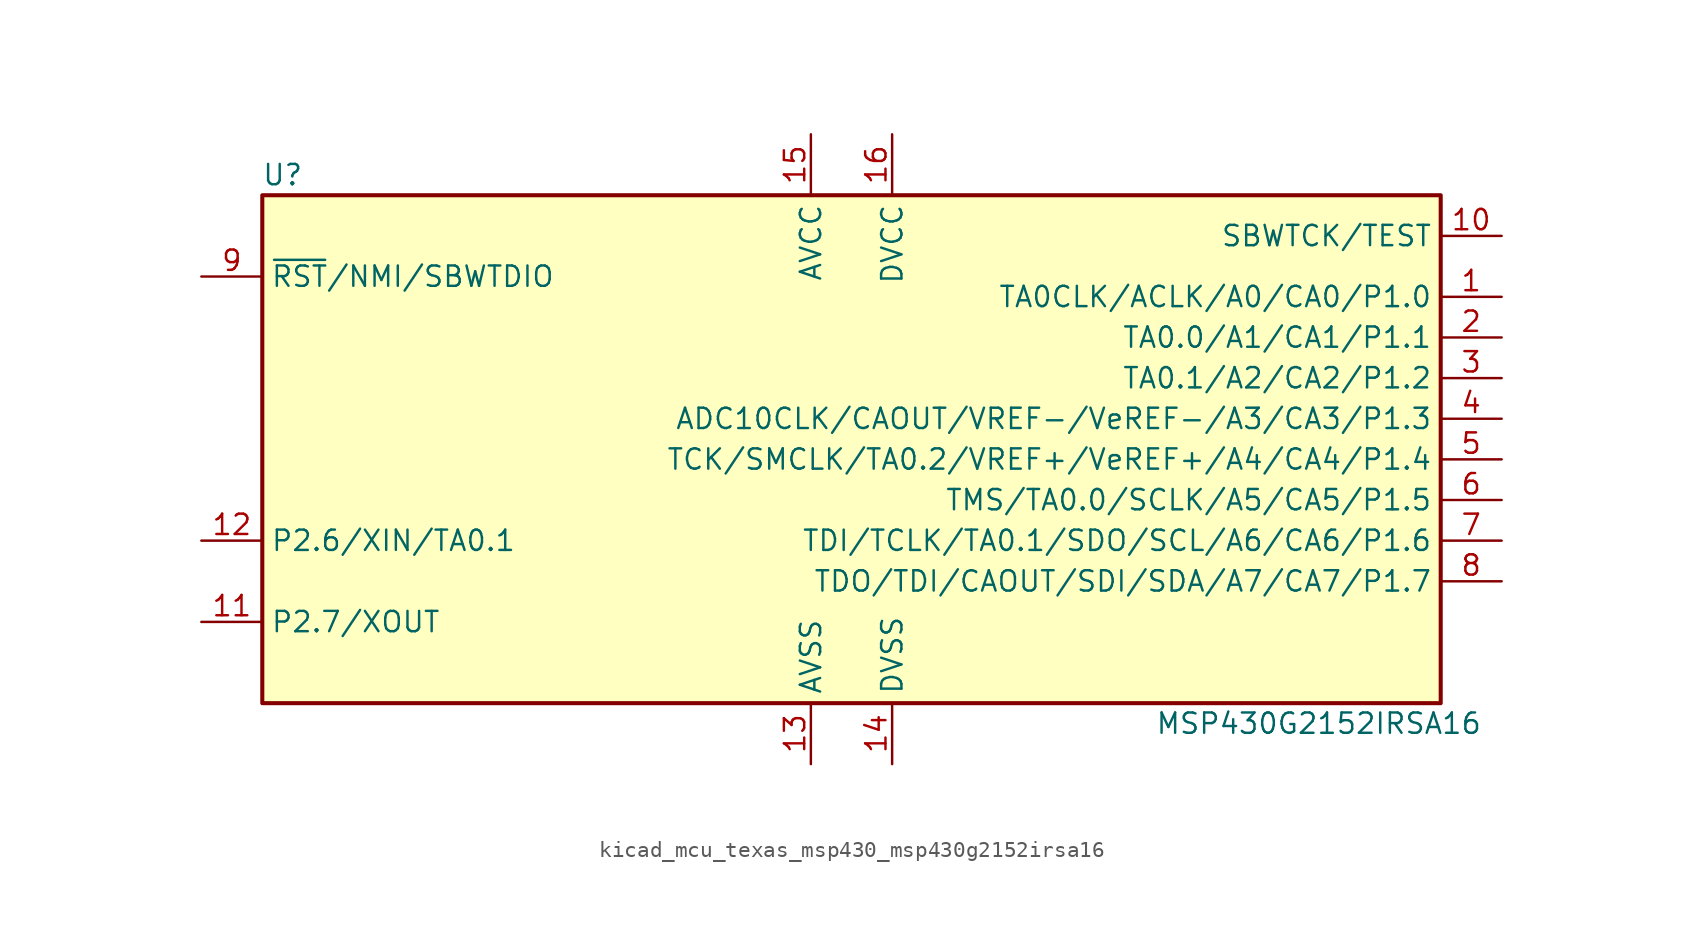
<source format=kicad_sym>
(kicad_symbol_lib
  (version 20220914)
  (generator kicad_symbol_editor)
  (symbol "kicad_mcu_texas_msp430_msp430g2152irsa16"
    (property "Reference" "U"
      (at -35.56 17.78 0)
      (effects (font (size 1.27 1.27))))
    (property "Value" "MSP430G2152IRSA16"
      (at 29.21 -16.51 0)
      (effects (font (size 1.27 1.27))))
    (symbol "kicad_mcu_texas_msp430_msp430g2152irsa16_0_1"
      (rectangle (start -36.83 16.51) (end 36.83 -15.24) (stroke (width 0.254) (type default)) (fill (type background))))
    (symbol "kicad_mcu_texas_msp430_msp430g2152irsa16_1_1"
      (pin bidirectional line (at 40.64 10.16 180) (length 3.81) (name "TA0CLK/ACLK/A0/CA0/P1.0" (effects (font (size 1.27 1.27)))) (number "1" (effects (font (size 1.27 1.27)))))
      (pin input line (at 40.64 13.97 180) (length 3.81) (name "SBWTCK/TEST" (effects (font (size 1.27 1.27)))) (number "10" (effects (font (size 1.27 1.27)))))
      (pin bidirectional line (at -40.64 -10.16 0) (length 3.81) (name "P2.7/XOUT" (effects (font (size 1.27 1.27)))) (number "11" (effects (font (size 1.27 1.27)))))
      (pin bidirectional line (at -40.64 -5.08 0) (length 3.81) (name "P2.6/XIN/TA0.1" (effects (font (size 1.27 1.27)))) (number "12" (effects (font (size 1.27 1.27)))))
      (pin power_in line (at -2.54 -19.05 90) (length 3.81) (name "AVSS" (effects (font (size 1.27 1.27)))) (number "13" (effects (font (size 1.27 1.27)))))
      (pin power_in line (at 2.54 -19.05 90) (length 3.81) (name "DVSS" (effects (font (size 1.27 1.27)))) (number "14" (effects (font (size 1.27 1.27)))))
      (pin power_in line (at -2.54 20.32 270) (length 3.81) (name "AVCC" (effects (font (size 1.27 1.27)))) (number "15" (effects (font (size 1.27 1.27)))))
      (pin power_in line (at 2.54 20.32 270) (length 3.81) (name "DVCC" (effects (font (size 1.27 1.27)))) (number "16" (effects (font (size 1.27 1.27)))))
      (pin bidirectional line (at 40.64 7.62 180) (length 3.81) (name "TA0.0/A1/CA1/P1.1" (effects (font (size 1.27 1.27)))) (number "2" (effects (font (size 1.27 1.27)))))
      (pin bidirectional line (at 40.64 5.08 180) (length 3.81) (name "TA0.1/A2/CA2/P1.2" (effects (font (size 1.27 1.27)))) (number "3" (effects (font (size 1.27 1.27)))))
      (pin bidirectional line (at 40.64 2.54 180) (length 3.81) (name "ADC10CLK/CAOUT/VREF-/VeREF-/A3/CA3/P1.3" (effects (font (size 1.27 1.27)))) (number "4" (effects (font (size 1.27 1.27)))))
      (pin bidirectional line (at 40.64 0 180) (length 3.81) (name "TCK/SMCLK/TA0.2/VREF+/VeREF+/A4/CA4/P1.4" (effects (font (size 1.27 1.27)))) (number "5" (effects (font (size 1.27 1.27)))))
      (pin bidirectional line (at 40.64 -2.54 180) (length 3.81) (name "TMS/TA0.0/SCLK/A5/CA5/P1.5" (effects (font (size 1.27 1.27)))) (number "6" (effects (font (size 1.27 1.27)))))
      (pin bidirectional line (at 40.64 -5.08 180) (length 3.81) (name "TDI/TCLK/TA0.1/SDO/SCL/A6/CA6/P1.6" (effects (font (size 1.27 1.27)))) (number "7" (effects (font (size 1.27 1.27)))))
      (pin bidirectional line (at 40.64 -7.62 180) (length 3.81) (name "TDO/TDI/CAOUT/SDI/SDA/A7/CA7/P1.7" (effects (font (size 1.27 1.27)))) (number "8" (effects (font (size 1.27 1.27)))))
      (pin input line (at -40.64 11.43 0) (length 3.81) (name "~{RST}/NMI/SBWTDIO" (effects (font (size 1.27 1.27)))) (number "9" (effects (font (size 1.27 1.27))))))))
</source>
